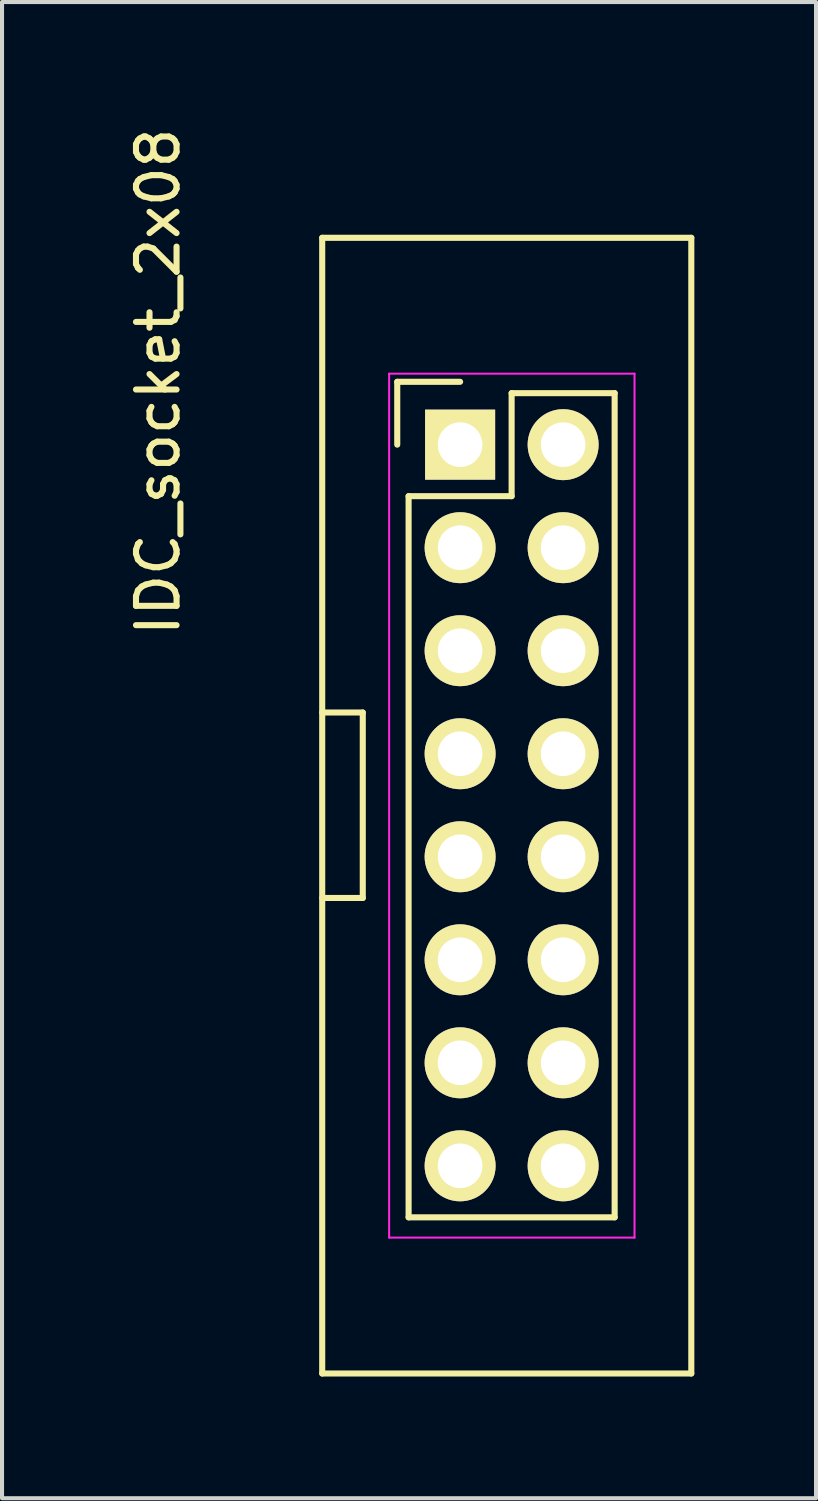
<source format=kicad_pcb>
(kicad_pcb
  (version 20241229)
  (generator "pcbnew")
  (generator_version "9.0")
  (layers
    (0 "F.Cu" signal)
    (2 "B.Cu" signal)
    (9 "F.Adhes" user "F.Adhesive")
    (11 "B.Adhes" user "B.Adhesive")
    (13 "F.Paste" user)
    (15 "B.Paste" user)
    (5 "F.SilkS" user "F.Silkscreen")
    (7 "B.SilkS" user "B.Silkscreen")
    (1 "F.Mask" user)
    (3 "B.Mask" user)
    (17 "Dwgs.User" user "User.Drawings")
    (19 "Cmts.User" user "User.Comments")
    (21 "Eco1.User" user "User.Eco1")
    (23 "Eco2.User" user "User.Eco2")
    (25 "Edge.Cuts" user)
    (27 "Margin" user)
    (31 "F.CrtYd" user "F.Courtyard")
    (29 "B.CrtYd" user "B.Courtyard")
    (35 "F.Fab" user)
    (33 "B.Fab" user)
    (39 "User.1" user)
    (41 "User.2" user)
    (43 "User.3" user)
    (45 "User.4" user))
  (footprint "IDC_socket_2x08"
    (layer "F.Cu")
    (at 8.294 7.913)
    (property "Reference" "IDC_socket_2x08" (at -7.446 -1.55 90) (layer "F.SilkS") (effects (font (size 1 1) (thickness 0.15))))
    (attr through_hole)
    (fp_line (start -3.4 -5.1) (end -3.4 22.9) (stroke (width 0.15) (type solid)) (layer "F.SilkS"))
    (fp_line (start -3.4 11.176) (end -2.4 11.176) (stroke (width 0.15) (type solid)) (layer "F.SilkS"))
    (fp_line (start -3.4 22.9) (end 5.7 22.9) (stroke (width 0.15) (type solid)) (layer "F.SilkS"))
    (fp_line (start -2.4 6.604) (end -3.4 6.604) (stroke (width 0.15) (type solid)) (layer "F.SilkS"))
    (fp_line (start -2.4 11.176) (end -2.4 6.604) (stroke (width 0.15) (type solid)) (layer "F.SilkS"))
    (fp_line (start -1.55 -1.55) (end -1.55 0) (stroke (width 0.15) (type solid)) (layer "F.SilkS"))
    (fp_line (start -1.27 1.27) (end -1.27 19.05) (stroke (width 0.15) (type solid)) (layer "F.SilkS"))
    (fp_line (start 0 -1.55) (end -1.55 -1.55) (stroke (width 0.15) (type solid)) (layer "F.SilkS"))
    (fp_line (start 1.27 -1.27) (end 1.27 1.27) (stroke (width 0.15) (type solid)) (layer "F.SilkS"))
    (fp_line (start 1.27 1.27) (end -1.27 1.27) (stroke (width 0.15) (type solid)) (layer "F.SilkS"))
    (fp_line (start 3.81 -1.27) (end 1.27 -1.27) (stroke (width 0.15) (type solid)) (layer "F.SilkS"))
    (fp_line (start 3.81 19.05) (end -1.27 19.05) (stroke (width 0.15) (type solid)) (layer "F.SilkS"))
    (fp_line (start 3.81 19.05) (end 3.81 -1.27) (stroke (width 0.15) (type solid)) (layer "F.SilkS"))
    (fp_line (start 5.7 -5.1) (end -3.4 -5.1) (stroke (width 0.15) (type solid)) (layer "F.SilkS"))
    (fp_line (start 5.7 22.9) (end 5.7 -5.1) (stroke (width 0.15) (type solid)) (layer "F.SilkS"))
    (fp_line (start -1.75 -1.75) (end -1.75 19.55) (stroke (width 0.05) (type solid)) (layer "F.CrtYd"))
    (fp_line (start -1.75 -1.75) (end 4.3 -1.75) (stroke (width 0.05) (type solid)) (layer "F.CrtYd"))
    (fp_line (start -1.75 19.55) (end 4.3 19.55) (stroke (width 0.05) (type solid)) (layer "F.CrtYd"))
    (fp_line (start 4.3 -1.75) (end 4.3 19.55) (stroke (width 0.05) (type solid)) (layer "F.CrtYd"))
    (pad "1" thru_hole rect (at 0 0) (size 1.727 1.727) (drill 1.1) (layers "*.Cu" "*.Mask" "F.SilkS"))
    (pad "2" thru_hole circle (at 2.54 0) (size 1.75 1.75) (drill 1.1) (layers "*.Cu" "*.Mask" "F.SilkS"))
    (pad "3" thru_hole circle (at 0 2.54) (size 1.75 1.75) (drill 1.1) (layers "*.Cu" "*.Mask" "F.SilkS"))
    (pad "4" thru_hole circle (at 2.54 2.54) (size 1.75 1.75) (drill 1.1) (layers "*.Cu" "*.Mask" "F.SilkS"))
    (pad "5" thru_hole oval (at 0 5.08) (size 1.75 1.75) (drill 1.1) (layers "*.Cu" "*.Mask" "F.SilkS"))
    (pad "6" thru_hole oval (at 2.54 5.08) (size 1.75 1.75) (drill 1.1) (layers "*.Cu" "*.Mask" "F.SilkS"))
    (pad "7" thru_hole oval (at 0 7.62) (size 1.75 1.75) (drill 1.1) (layers "*.Cu" "*.Mask" "F.SilkS"))
    (pad "8" thru_hole oval (at 2.54 7.62) (size 1.75 1.75) (drill 1.1) (layers "*.Cu" "*.Mask" "F.SilkS"))
    (pad "9" thru_hole oval (at 0 10.16) (size 1.75 1.75) (drill 1.1) (layers "*.Cu" "*.Mask" "F.SilkS"))
    (pad "10" thru_hole oval (at 2.54 10.16) (size 1.75 1.75) (drill 1.1) (layers "*.Cu" "*.Mask" "F.SilkS"))
    (pad "11" thru_hole oval (at 0 12.7) (size 1.75 1.75) (drill 1.1) (layers "*.Cu" "*.Mask" "F.SilkS"))
    (pad "12" thru_hole oval (at 2.54 12.7) (size 1.75 1.75) (drill 1.1) (layers "*.Cu" "*.Mask" "F.SilkS"))
    (pad "13" thru_hole oval (at 0 15.24) (size 1.75 1.75) (drill 1.1) (layers "*.Cu" "*.Mask" "F.SilkS"))
    (pad "14" thru_hole oval (at 2.54 15.24) (size 1.75 1.75) (drill 1.1) (layers "*.Cu" "*.Mask" "F.SilkS"))
    (pad "15" thru_hole oval (at 0 17.78) (size 1.75 1.75) (drill 1.1) (layers "*.Cu" "*.Mask" "F.SilkS"))
    (pad "16" thru_hole oval (at 2.54 17.78) (size 1.75 1.75) (drill 1.1) (layers "*.Cu" "*.Mask" "F.SilkS")))
  (gr_rect
    (start -3 -3)
    (end 17.069 33.888)
    (stroke (width 0.1) (type default))
    (fill no)
    (layer "Edge.Cuts")))
</source>
